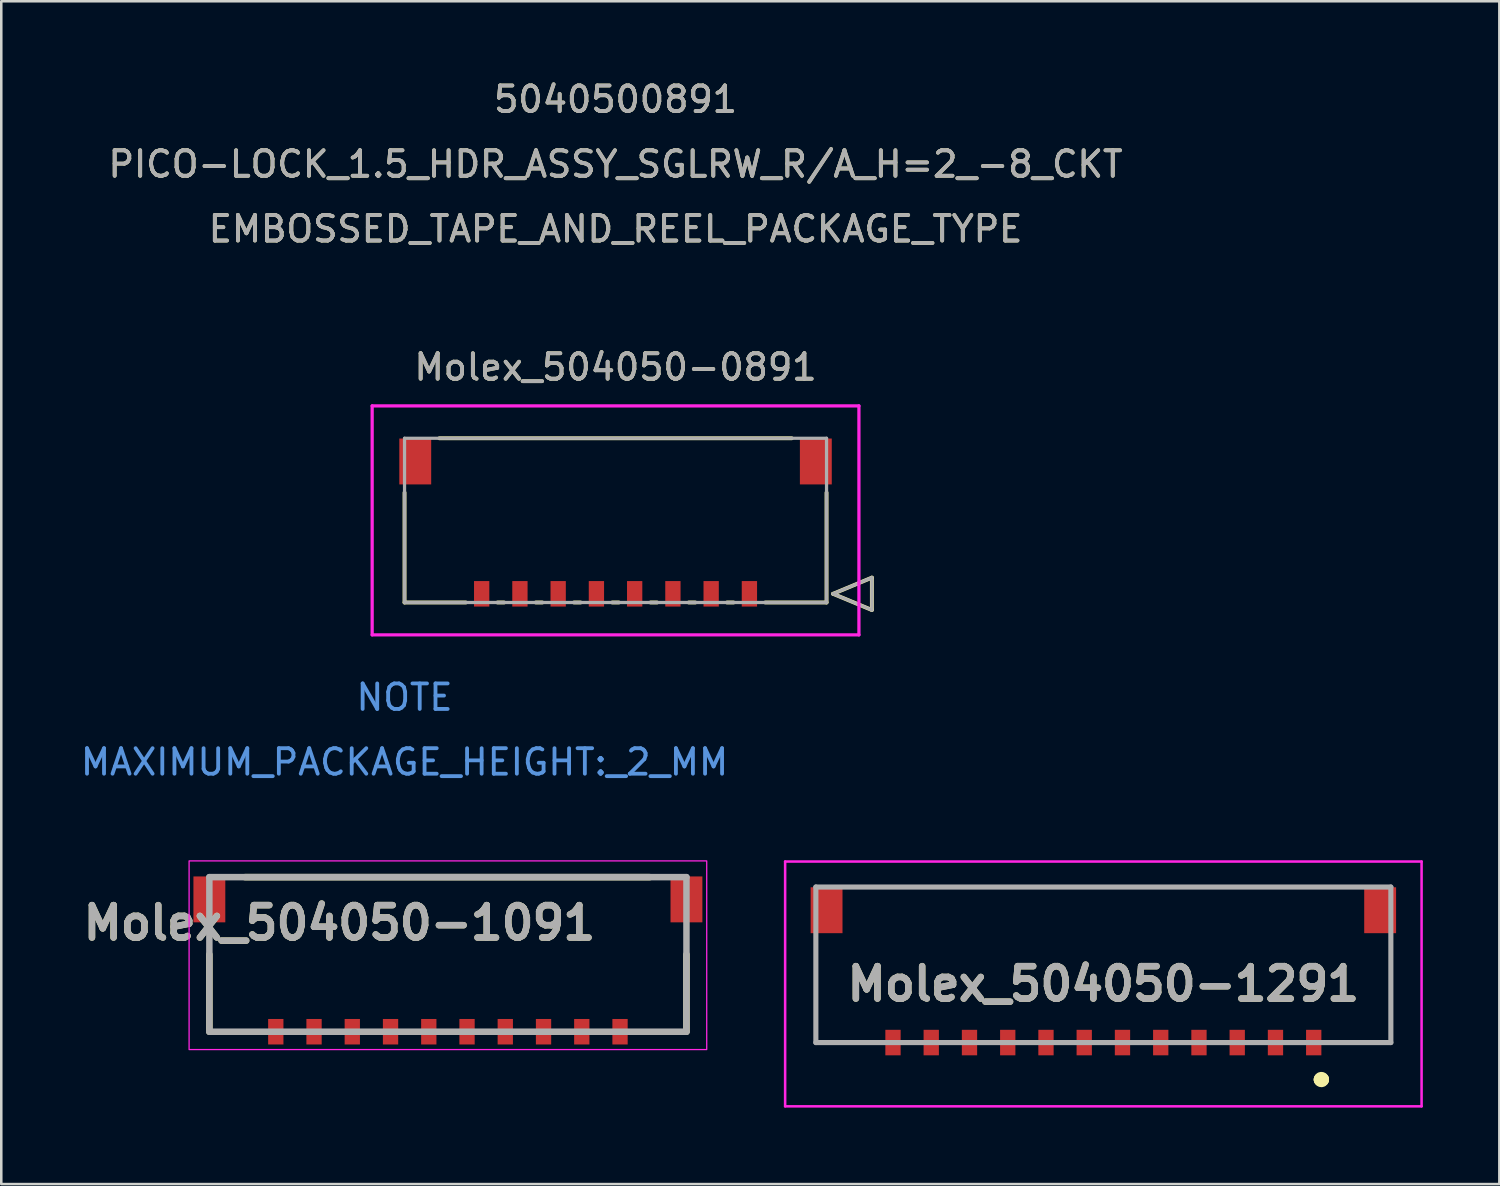
<source format=kicad_pcb>
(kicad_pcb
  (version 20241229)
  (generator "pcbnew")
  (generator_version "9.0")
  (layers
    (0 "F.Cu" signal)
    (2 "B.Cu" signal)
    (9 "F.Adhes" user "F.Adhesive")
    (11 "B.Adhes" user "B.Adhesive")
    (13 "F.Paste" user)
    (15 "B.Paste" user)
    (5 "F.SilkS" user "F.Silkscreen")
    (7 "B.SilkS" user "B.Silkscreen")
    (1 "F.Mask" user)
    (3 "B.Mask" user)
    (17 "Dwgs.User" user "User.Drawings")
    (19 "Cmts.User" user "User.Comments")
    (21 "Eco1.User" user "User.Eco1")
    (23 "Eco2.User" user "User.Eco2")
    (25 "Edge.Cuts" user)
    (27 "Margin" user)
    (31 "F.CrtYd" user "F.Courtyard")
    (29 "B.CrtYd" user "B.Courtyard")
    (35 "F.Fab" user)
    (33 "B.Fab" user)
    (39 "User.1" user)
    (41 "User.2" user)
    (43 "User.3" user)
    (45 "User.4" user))
  (footprint "Molex_504050-0891"
    (layer "F.Cu")
    (at 26.34 20.238)
    (property "Reference" "Molex_504050-0891" (at -5.25 -8.89 0) (unlocked yes) (layer "F.SilkS") (effects (font (size 1 1) (thickness 0.15))))
    (attr smd)
    (fp_line (start -13.525 -3.97) (end -13.525 0.34) (stroke (width 0.152) (type solid)) (layer "F.SilkS"))
    (fp_line (start -13.525 0.34) (end -11.12 0.34) (stroke (width 0.152) (type solid)) (layer "F.SilkS"))
    (fp_line (start -9.88 0.34) (end -9.62 0.34) (stroke (width 0.152) (type solid)) (layer "F.SilkS"))
    (fp_line (start -8.38 0.34) (end -8.12 0.34) (stroke (width 0.152) (type solid)) (layer "F.SilkS"))
    (fp_line (start -6.88 0.34) (end -6.62 0.34) (stroke (width 0.152) (type solid)) (layer "F.SilkS"))
    (fp_line (start -5.38 0.34) (end -5.12 0.34) (stroke (width 0.152) (type solid)) (layer "F.SilkS"))
    (fp_line (start -3.88 0.34) (end -3.62 0.34) (stroke (width 0.152) (type solid)) (layer "F.SilkS"))
    (fp_line (start -2.38 0.34) (end -2.12 0.34) (stroke (width 0.152) (type solid)) (layer "F.SilkS"))
    (fp_line (start -0.88 0.34) (end -0.62 0.34) (stroke (width 0.152) (type solid)) (layer "F.SilkS"))
    (fp_line (start 0.62 0.34) (end 3.025 0.34) (stroke (width 0.152) (type solid)) (layer "F.SilkS"))
    (fp_line (start 1.66 -6.1) (end -12.16 -6.1) (stroke (width 0.152) (type solid)) (layer "F.SilkS"))
    (fp_line (start 3.025 0.34) (end 3.025 -3.97) (stroke (width 0.152) (type solid)) (layer "F.SilkS"))
    (fp_line (start 3.279 0) (end 4.803 -0.635) (stroke (width 0.152) (type solid)) (layer "F.SilkS"))
    (fp_line (start 4.803 -0.635) (end 4.803 0.635) (stroke (width 0.152) (type solid)) (layer "F.SilkS"))
    (fp_line (start 4.803 0.635) (end 3.279 0) (stroke (width 0.152) (type solid)) (layer "F.SilkS"))
    (fp_line (start -14.795 -7.37) (end -14.795 1.61) (stroke (width 0.127) (type solid)) (layer "F.CrtYd"))
    (fp_line (start -14.795 1.61) (end 4.295 1.61) (stroke (width 0.127) (type solid)) (layer "F.CrtYd"))
    (fp_line (start 4.295 -7.37) (end -14.795 -7.37) (stroke (width 0.127) (type solid)) (layer "F.CrtYd"))
    (fp_line (start 4.295 1.61) (end 4.295 -7.37) (stroke (width 0.127) (type solid)) (layer "F.CrtYd"))
    (fp_line (start -13.525 -6.1) (end -13.525 0.34) (stroke (width 0.127) (type solid)) (layer "F.Fab"))
    (fp_line (start -13.525 0.34) (end 3.025 0.34) (stroke (width 0.127) (type solid)) (layer "F.Fab"))
    (fp_line (start 3.025 -6.1) (end -13.525 -6.1) (stroke (width 0.127) (type solid)) (layer "F.Fab"))
    (fp_line (start 3.025 0.34) (end 3.025 -6.1) (stroke (width 0.127) (type solid)) (layer "F.Fab"))
    (fp_line (start 3.279 0) (end 4.803 -0.635) (stroke (width 0.127) (type solid)) (layer "F.Fab"))
    (fp_line (start 4.803 -0.635) (end 4.803 0.635) (stroke (width 0.127) (type solid)) (layer "F.Fab"))
    (fp_line (start 4.803 0.635) (end 3.279 0) (stroke (width 0.127) (type solid)) (layer "F.Fab"))
    (fp_text user "EMBOSSED_TAPE_AND_REEL_PACKAGE_TYPE" (at -5.25 -14.31 0) (unlocked yes) (layer "F.SilkS") (effects (font (size 1 1) (thickness 0.15))))
    (fp_text user "5040500891" (at -5.25 -19.39 0) (unlocked yes) (layer "F.SilkS") (effects (font (size 1 1) (thickness 0.15))))
    (fp_text user "PICO-LOCK_1.5_HDR_ASSY_SGLRW_R/A_H=2_-8_CKT" (at -5.25 -16.85 0) (unlocked yes) (layer "F.SilkS") (effects (font (size 1 1) (thickness 0.15))))
    (fp_text user "MAXIMUM_PACKAGE_HEIGHT:_2_MM" (at -13.525 6.6 0) (unlocked yes) (layer "Cmts.User") (effects (font (size 1 1) (thickness 0.15))))
    (fp_text user "NOTE" (at -13.525 4.06 0) (unlocked yes) (layer "Cmts.User") (effects (font (size 1 1) (thickness 0.15))))
    (fp_text user "5040500891" (at -5.25 -19.39 0) (unlocked yes) (layer "F.Fab") (effects (font (size 1 1) (thickness 0.15))))
    (fp_text user "EMBOSSED_TAPE_AND_REEL_PACKAGE_TYPE" (at -5.25 -14.31 0) (unlocked yes) (layer "F.Fab") (effects (font (size 1 1) (thickness 0.15))))
    (fp_text user "${REFERENCE}" (at -5.25 -8.89 0) (unlocked yes) (layer "F.Fab") (effects (font (size 1 1) (thickness 0.15))))
    (fp_text user "PICO-LOCK_1.5_HDR_ASSY_SGLRW_R/A_H=2_-8_CKT" (at -5.25 -16.85 0) (unlocked yes) (layer "F.Fab") (effects (font (size 1 1) (thickness 0.15))))
    (pad "1" smd rect (at 0 0) (size 0.6 1) (layers "F.Cu" "F.Mask" "F.Paste"))
    (pad "2" smd rect (at -1.5 0) (size 0.6 1) (layers "F.Cu" "F.Mask" "F.Paste"))
    (pad "3" smd rect (at -3 0) (size 0.6 1) (layers "F.Cu" "F.Mask" "F.Paste"))
    (pad "4" smd rect (at -4.5 0) (size 0.6 1) (layers "F.Cu" "F.Mask" "F.Paste"))
    (pad "5" smd rect (at -6 0) (size 0.6 1) (layers "F.Cu" "F.Mask" "F.Paste"))
    (pad "6" smd rect (at -7.5 0) (size 0.6 1) (layers "F.Cu" "F.Mask" "F.Paste"))
    (pad "7" smd rect (at -9 0) (size 0.6 1) (layers "F.Cu" "F.Mask" "F.Paste"))
    (pad "8" smd rect (at -10.5 0) (size 0.6 1) (layers "F.Cu" "F.Mask" "F.Paste"))
    (pad "9" smd rect (at 2.605 -5.19) (size 1.25 1.8) (layers "F.Cu" "F.Mask" "F.Paste"))
    (pad "10" smd rect (at -13.105 -5.19) (size 1.25 1.8) (layers "F.Cu" "F.Mask" "F.Paste")))
  (footprint "Molex_504050-1091"
    (layer "F.Cu")
    (at 21.266 37.412)
    (property "Reference" "Molex_504050-1091" (at -11.003 -4.269 0) (layer "F.SilkS") (effects (font (size 1.27 1.27) (thickness 0.254))))
    (attr smd)
    (fp_line (start -16.105 -3.032) (end -16.105 0) (stroke (width 0.254) (type solid)) (layer "F.SilkS"))
    (fp_line (start -14.712 -6.063) (end 1.17 -6.063) (stroke (width 0.254) (type solid)) (layer "F.SilkS"))
    (fp_line (start 2.605 -3.032) (end 2.605 0) (stroke (width 0.254) (type solid)) (layer "F.SilkS"))
    (fp_rect (start -16.9 -6.7) (end 3.4 0.7) (stroke (width 0.05) (type default)) (fill no) (layer "F.CrtYd"))
    (fp_line (start -16.105 -6.063) (end 2.605 -6.063) (stroke (width 0.254) (type solid)) (layer "F.Fab"))
    (fp_line (start -16.105 0) (end -16.105 -6.063) (stroke (width 0.254) (type solid)) (layer "F.Fab"))
    (fp_line (start 2.605 -6.063) (end 2.605 0) (stroke (width 0.254) (type solid)) (layer "F.Fab"))
    (fp_line (start 2.605 0) (end -16.105 0) (stroke (width 0.254) (type solid)) (layer "F.Fab"))
    (fp_text user "${REFERENCE}" (at -11.003 -4.269 0) (layer "F.Fab") (effects (font (size 1.27 1.27) (thickness 0.254))))
    (pad "1" smd rect (at -13.5 0) (size 0.6 1) (layers "F.Cu" "F.Mask" "F.Paste"))
    (pad "2" smd rect (at -12 0) (size 0.6 1) (layers "F.Cu" "F.Mask" "F.Paste"))
    (pad "3" smd rect (at -10.5 0) (size 0.6 1) (layers "F.Cu" "F.Mask" "F.Paste"))
    (pad "4" smd rect (at -9 0) (size 0.6 1) (layers "F.Cu" "F.Mask" "F.Paste"))
    (pad "5" smd rect (at -7.5 0) (size 0.6 1) (layers "F.Cu" "F.Mask" "F.Paste"))
    (pad "6" smd rect (at -6 0) (size 0.6 1) (layers "F.Cu" "F.Mask" "F.Paste"))
    (pad "7" smd rect (at -4.5 0) (size 0.6 1) (layers "F.Cu" "F.Mask" "F.Paste"))
    (pad "8" smd rect (at -3 0) (size 0.6 1) (layers "F.Cu" "F.Mask" "F.Paste"))
    (pad "9" smd rect (at -1.5 0) (size 0.6 1) (layers "F.Cu" "F.Mask" "F.Paste"))
    (pad "10" smd rect (at 0 0) (size 0.6 1) (layers "F.Cu" "F.Mask" "F.Paste"))
    (pad "11" smd rect (at 2.605 -5.19) (size 1.25 1.8) (layers "F.Cu" "F.Mask" "F.Paste"))
    (pad "12" smd rect (at -16.105 -5.19) (size 1.25 1.8) (layers "F.Cu" "F.Mask" "F.Paste")))
  (footprint "Molex_504050-1291"
    (layer "F.Cu")
    (at 40.221 34.787)
    (property "Reference" "Molex_504050-1291" (at 0 0.75 0) (layer "F.SilkS") (effects (font (size 1.27 1.27) (thickness 0.254))))
    (attr smd)
    (fp_line (start -11.275 -1) (end -11.275 3) (stroke (width 0.1) (type solid)) (layer "F.SilkS"))
    (fp_line (start -11.275 3) (end -8.7 3) (stroke (width 0.1) (type solid)) (layer "F.SilkS"))
    (fp_line (start -10 -3.05) (end 10 -3.05) (stroke (width 0.1) (type solid)) (layer "F.SilkS"))
    (fp_line (start 8.5 4.5) (end 8.5 4.5) (stroke (width 0.5) (type solid)) (layer "F.SilkS"))
    (fp_line (start 8.6 4.5) (end 8.6 4.5) (stroke (width 0.5) (type solid)) (layer "F.SilkS"))
    (fp_line (start 11.275 -1) (end 11.275 3.05) (stroke (width 0.1) (type solid)) (layer "F.SilkS"))
    (fp_line (start 11.275 3.05) (end 8.7 3.05) (stroke (width 0.1) (type solid)) (layer "F.SilkS"))
    (fp_arc (start 8.5 4.5) (mid 8.55 4.45) (end 8.6 4.5) (stroke (width 0.5) (type solid)) (layer "F.SilkS"))
    (fp_arc (start 8.6 4.5) (mid 8.55 4.55) (end 8.5 4.5) (stroke (width 0.5) (type solid)) (layer "F.SilkS"))
    (fp_line (start -12.48 -4.05) (end 12.48 -4.05) (stroke (width 0.1) (type solid)) (layer "F.CrtYd"))
    (fp_line (start -12.48 5.55) (end -12.48 -4.05) (stroke (width 0.1) (type solid)) (layer "F.CrtYd"))
    (fp_line (start 12.48 -4.05) (end 12.48 5.55) (stroke (width 0.1) (type solid)) (layer "F.CrtYd"))
    (fp_line (start 12.48 5.55) (end -12.48 5.55) (stroke (width 0.1) (type solid)) (layer "F.CrtYd"))
    (fp_line (start -11.275 -3.05) (end 11.275 -3.05) (stroke (width 0.2) (type solid)) (layer "F.Fab"))
    (fp_line (start -11.275 3.05) (end -11.275 -3.05) (stroke (width 0.2) (type solid)) (layer "F.Fab"))
    (fp_line (start 11.275 -3.05) (end 11.275 3.05) (stroke (width 0.2) (type solid)) (layer "F.Fab"))
    (fp_line (start 11.275 3.05) (end -11.275 3.05) (stroke (width 0.2) (type solid)) (layer "F.Fab"))
    (fp_text user "${REFERENCE}" (at 0 0.75 0) (layer "F.Fab") (effects (font (size 1.27 1.27) (thickness 0.254))))
    (pad "1" smd rect (at 8.25 3.05) (size 0.6 1) (layers "F.Cu" "F.Mask" "F.Paste"))
    (pad "2" smd rect (at 6.75 3.05) (size 0.6 1) (layers "F.Cu" "F.Mask" "F.Paste"))
    (pad "3" smd rect (at 5.25 3.05) (size 0.6 1) (layers "F.Cu" "F.Mask" "F.Paste"))
    (pad "4" smd rect (at 3.75 3.05) (size 0.6 1) (layers "F.Cu" "F.Mask" "F.Paste"))
    (pad "5" smd rect (at 2.25 3.05) (size 0.6 1) (layers "F.Cu" "F.Mask" "F.Paste"))
    (pad "6" smd rect (at 0.75 3.05) (size 0.6 1) (layers "F.Cu" "F.Mask" "F.Paste"))
    (pad "7" smd rect (at -0.75 3.05) (size 0.6 1) (layers "F.Cu" "F.Mask" "F.Paste"))
    (pad "8" smd rect (at -2.25 3.05) (size 0.6 1) (layers "F.Cu" "F.Mask" "F.Paste"))
    (pad "9" smd rect (at -3.75 3.05) (size 0.6 1) (layers "F.Cu" "F.Mask" "F.Paste"))
    (pad "10" smd rect (at -5.25 3.05) (size 0.6 1) (layers "F.Cu" "F.Mask" "F.Paste"))
    (pad "11" smd rect (at -6.75 3.05) (size 0.6 1) (layers "F.Cu" "F.Mask" "F.Paste"))
    (pad "12" smd rect (at -8.25 3.05) (size 0.6 1) (layers "F.Cu" "F.Mask" "F.Paste"))
    (pad "MP1" smd rect (at -10.855 -2.14) (size 1.25 1.8) (layers "F.Cu" "F.Mask" "F.Paste"))
    (pad "MP2" smd rect (at 10.855 -2.14) (size 1.25 1.8) (layers "F.Cu" "F.Mask" "F.Paste")))
  (gr_rect
    (start -3 -3)
    (end 55.751 43.387)
    (stroke (width 0.1) (type default))
    (fill no)
    (layer "Edge.Cuts")))
</source>
